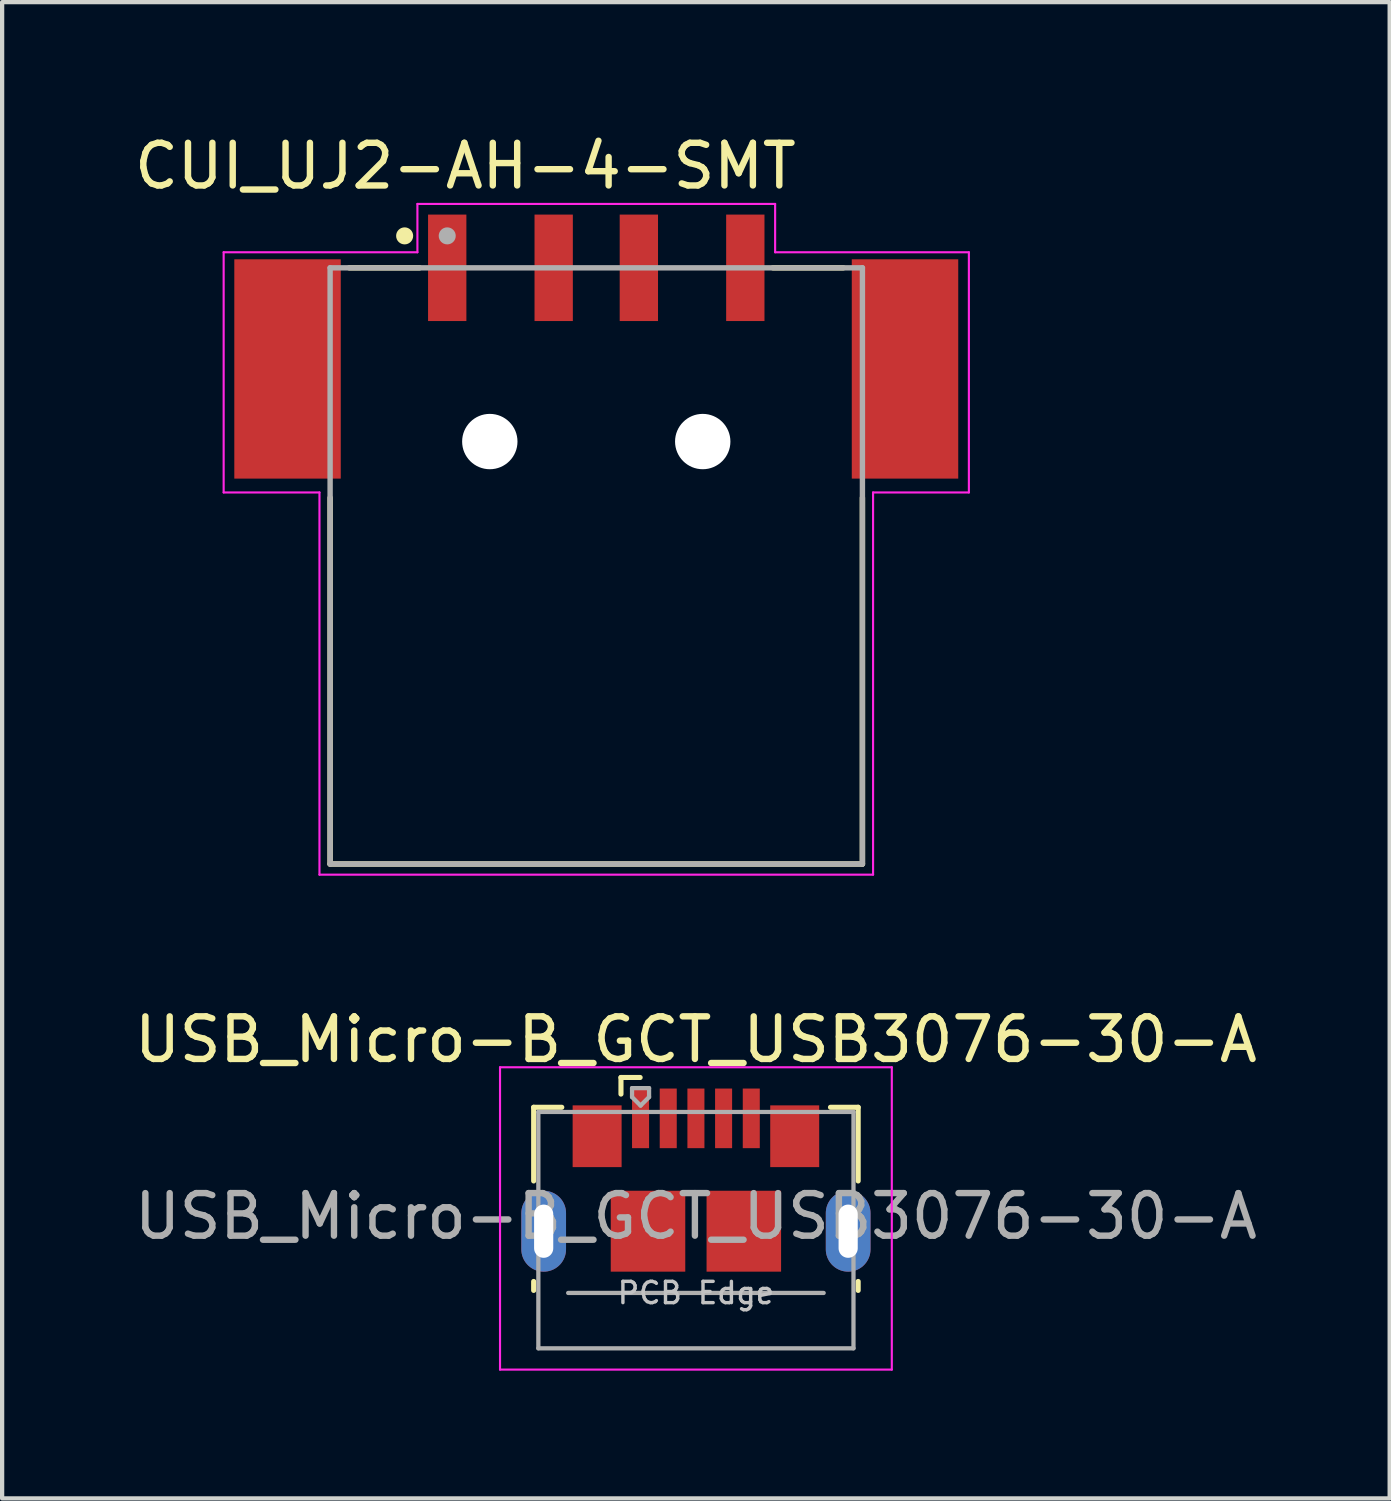
<source format=kicad_pcb>
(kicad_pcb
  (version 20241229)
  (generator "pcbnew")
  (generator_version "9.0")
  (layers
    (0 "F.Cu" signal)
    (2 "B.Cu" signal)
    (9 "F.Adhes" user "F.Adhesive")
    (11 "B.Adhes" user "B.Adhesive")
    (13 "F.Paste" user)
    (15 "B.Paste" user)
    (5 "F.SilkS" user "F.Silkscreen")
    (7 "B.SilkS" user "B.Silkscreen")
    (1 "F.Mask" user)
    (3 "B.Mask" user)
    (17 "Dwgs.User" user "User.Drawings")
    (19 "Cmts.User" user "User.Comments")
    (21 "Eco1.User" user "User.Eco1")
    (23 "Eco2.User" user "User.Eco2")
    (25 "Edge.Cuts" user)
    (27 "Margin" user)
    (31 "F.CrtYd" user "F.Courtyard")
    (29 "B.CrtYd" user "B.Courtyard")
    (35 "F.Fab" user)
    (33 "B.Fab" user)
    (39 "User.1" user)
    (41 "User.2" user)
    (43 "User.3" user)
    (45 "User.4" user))
  (footprint "USB_Micro-B_GCT_USB3076-30-A"
    (layer "F.Cu")
    (at 13.292 24.662)
    (property "Reference" "USB_Micro-B_GCT_USB3076-30-A" (at 0 -3.3 180) (layer "F.SilkS") (effects (font (size 1 1) (thickness 0.15))))
    (attr smd)
    (fp_line (start -3.81 -1.71) (end -3.15 -1.71) (stroke (width 0.12) (type solid)) (layer "F.SilkS"))
    (fp_line (start -3.81 0.02) (end -3.81 -1.71) (stroke (width 0.12) (type solid)) (layer "F.SilkS"))
    (fp_line (start -3.81 2.59) (end -3.81 2.38) (stroke (width 0.12) (type solid)) (layer "F.SilkS"))
    (fp_line (start -1.76 -2.41) (end -1.76 -2.02) (stroke (width 0.12) (type solid)) (layer "F.SilkS"))
    (fp_line (start -1.76 -2.41) (end -1.31 -2.41) (stroke (width 0.12) (type solid)) (layer "F.SilkS"))
    (fp_line (start 3.81 -1.71) (end 3.16 -1.71) (stroke (width 0.12) (type solid)) (layer "F.SilkS"))
    (fp_line (start 3.81 0.02) (end 3.81 -1.71) (stroke (width 0.12) (type solid)) (layer "F.SilkS"))
    (fp_line (start 3.81 2.59) (end 3.81 2.38) (stroke (width 0.12) (type solid)) (layer "F.SilkS"))
    (fp_line (start -4.6 -2.65) (end 4.6 -2.65) (stroke (width 0.05) (type solid)) (layer "F.CrtYd"))
    (fp_line (start -4.6 4.45) (end -4.6 -2.65) (stroke (width 0.05) (type solid)) (layer "F.CrtYd"))
    (fp_line (start -4.6 4.45) (end 4.6 4.45) (stroke (width 0.05) (type solid)) (layer "F.CrtYd"))
    (fp_line (start 4.6 -2.65) (end 4.6 4.45) (stroke (width 0.05) (type solid)) (layer "F.CrtYd"))
    (fp_line (start -3.7 -1.6) (end 3.7 -1.6) (stroke (width 0.1) (type solid)) (layer "F.Fab"))
    (fp_line (start -3.7 3.95) (end -3.7 -1.6) (stroke (width 0.1) (type solid)) (layer "F.Fab"))
    (fp_line (start -3.7 3.95) (end 3.7 3.95) (stroke (width 0.1) (type solid)) (layer "F.Fab"))
    (fp_line (start -3 2.65) (end 3 2.65) (stroke (width 0.1) (type solid)) (layer "F.Fab"))
    (fp_line (start -1.5 -2.16) (end -1.5 -1.95) (stroke (width 0.1) (type solid)) (layer "F.Fab"))
    (fp_line (start -1.5 -2.16) (end -1.1 -2.16) (stroke (width 0.1) (type solid)) (layer "F.Fab"))
    (fp_line (start -1.3 -1.75) (end -1.5 -1.95) (stroke (width 0.1) (type solid)) (layer "F.Fab"))
    (fp_line (start -1.1 -2.16) (end -1.1 -1.95) (stroke (width 0.1) (type solid)) (layer "F.Fab"))
    (fp_line (start -1.1 -1.95) (end -1.3 -1.75) (stroke (width 0.1) (type solid)) (layer "F.Fab"))
    (fp_line (start 3.7 3.95) (end 3.7 -1.6) (stroke (width 0.1) (type solid)) (layer "F.Fab"))
    (fp_text user "PCB Edge" (at 0 2.65 180) (layer "Dwgs.User") (effects (font (size 0.5 0.5) (thickness 0.08))))
    (fp_text user "${REFERENCE}" (at 0 0.85 180) (layer "F.Fab") (effects (font (size 1 1) (thickness 0.15))))
    (pad "1" smd rect (at -1.3 -1.45) (size 0.4 1.4) (layers "F.Cu" "F.Mask" "F.Paste"))
    (pad "2" smd rect (at -0.65 -1.45) (size 0.4 1.4) (layers "F.Cu" "F.Mask" "F.Paste"))
    (pad "3" smd rect (at 0 -1.45) (size 0.4 1.4) (layers "F.Cu" "F.Mask" "F.Paste"))
    (pad "4" smd rect (at 0.65 -1.45) (size 0.4 1.4) (layers "F.Cu" "F.Mask" "F.Paste"))
    (pad "5" smd rect (at 1.3 -1.45) (size 0.4 1.4) (layers "F.Cu" "F.Mask" "F.Paste"))
    (pad "6" thru_hole oval (at -3.575 1.2 180) (size 1.05 1.9) (drill oval 0.45 1.25) (layers "*.Cu" "*.Mask"))
    (pad "6" smd rect (at -2.32 -1.03) (size 1.15 1.45) (layers "F.Cu" "F.Mask" "F.Paste"))
    (pad "6" smd rect (at -1.125 1.2) (size 1.75 1.9) (layers "F.Cu" "F.Mask" "F.Paste"))
    (pad "6" smd rect (at 1.125 1.2) (size 1.75 1.9) (layers "F.Cu" "F.Mask" "F.Paste"))
    (pad "6" smd rect (at 2.32 -1.03) (size 1.15 1.45) (layers "F.Cu" "F.Mask" "F.Paste"))
    (pad "6" thru_hole oval (at 3.575 1.2) (size 1.05 1.9) (drill oval 0.45 1.25) (layers "*.Cu" "*.Mask")))
  (footprint "CUI_UJ2-AH-4-SMT"
    (layer "F.Cu")
    (at 7.452 3.239)
    (property "Reference" "CUI_UJ2-AH-4-SMT" (at 0.426 -2.39 0) (layer "F.SilkS") (effects (font (size 1.002 1.002) (thickness 0.15))))
    (attr smd)
    (fp_line (start -2.75 5.4) (end -2.75 14) (stroke (width 0.127) (type solid)) (layer "F.SilkS"))
    (fp_line (start -2.75 14) (end 9.75 14) (stroke (width 0.127) (type solid)) (layer "F.SilkS"))
    (fp_line (start -2.3 0) (end -0.65 0) (stroke (width 0.127) (type solid)) (layer "F.SilkS"))
    (fp_line (start 7.65 0) (end 9.3 0) (stroke (width 0.127) (type solid)) (layer "F.SilkS"))
    (fp_line (start 9.75 14) (end 9.75 5.4) (stroke (width 0.127) (type solid)) (layer "F.SilkS"))
    (fp_circle (center -1 -0.75) (end -0.9 -0.75) (stroke (width 0.2) (type solid)) (fill no) (layer "F.SilkS"))
    (fp_line (start -5.25 -0.365) (end -0.7 -0.365) (stroke (width 0.05) (type solid)) (layer "F.CrtYd"))
    (fp_line (start -5.25 5.275) (end -5.25 -0.365) (stroke (width 0.05) (type solid)) (layer "F.CrtYd"))
    (fp_line (start -3 5.275) (end -5.25 5.275) (stroke (width 0.05) (type solid)) (layer "F.CrtYd"))
    (fp_line (start -3 14.25) (end -3 5.275) (stroke (width 0.05) (type solid)) (layer "F.CrtYd"))
    (fp_line (start -0.7 -1.5) (end 7.7 -1.5) (stroke (width 0.05) (type solid)) (layer "F.CrtYd"))
    (fp_line (start -0.7 -0.365) (end -0.7 -1.5) (stroke (width 0.05) (type solid)) (layer "F.CrtYd"))
    (fp_line (start 7.7 -1.5) (end 7.7 -0.365) (stroke (width 0.05) (type solid)) (layer "F.CrtYd"))
    (fp_line (start 7.7 -0.365) (end 12.25 -0.365) (stroke (width 0.05) (type solid)) (layer "F.CrtYd"))
    (fp_line (start 10 5.275) (end 10 14.25) (stroke (width 0.05) (type solid)) (layer "F.CrtYd"))
    (fp_line (start 10 14.25) (end -3 14.25) (stroke (width 0.05) (type solid)) (layer "F.CrtYd"))
    (fp_line (start 12.25 -0.365) (end 12.25 5.275) (stroke (width 0.05) (type solid)) (layer "F.CrtYd"))
    (fp_line (start 12.25 5.275) (end 10 5.275) (stroke (width 0.05) (type solid)) (layer "F.CrtYd"))
    (fp_line (start -2.75 0) (end 9.75 0) (stroke (width 0.127) (type solid)) (layer "F.Fab"))
    (fp_line (start -2.75 14) (end -2.75 0) (stroke (width 0.127) (type solid)) (layer "F.Fab"))
    (fp_line (start 9.75 0) (end 9.75 14) (stroke (width 0.127) (type solid)) (layer "F.Fab"))
    (fp_line (start 9.75 14) (end -2.75 14) (stroke (width 0.127) (type solid)) (layer "F.Fab"))
    (fp_circle (center 0 -0.75) (end 0.1 -0.75) (stroke (width 0.2) (type solid)) (fill no) (layer "F.Fab"))
    (pad "" np_thru_hole circle (at 1 4.08) (size 1.3 1.3) (drill 1.3) (layers "*.Cu" "*.Mask"))
    (pad "" np_thru_hole circle (at 6 4.08) (size 1.3 1.3) (drill 1.3) (layers "*.Cu" "*.Mask"))
    (pad "1" smd rect (at 0 0 90) (size 2.5 0.9) (layers "F.Cu" "F.Mask" "F.Paste"))
    (pad "2" smd rect (at 2.5 0 90) (size 2.5 0.9) (layers "F.Cu" "F.Mask" "F.Paste"))
    (pad "3" smd rect (at 4.5 0 90) (size 2.5 0.9) (layers "F.Cu" "F.Mask" "F.Paste"))
    (pad "4" smd rect (at 7 0 90) (size 2.5 0.9) (layers "F.Cu" "F.Mask" "F.Paste"))
    (pad "SH1" smd rect (at -3.75 2.375 90) (size 5.15 2.5) (layers "F.Cu" "F.Mask" "F.Paste"))
    (pad "SH2" smd rect (at 10.75 2.375 90) (size 5.15 2.5) (layers "F.Cu" "F.Mask" "F.Paste")))
  (gr_rect
    (start -3 -3)
    (end 29.583 32.137)
    (stroke (width 0.1) (type default))
    (fill no)
    (layer "Edge.Cuts")))
</source>
